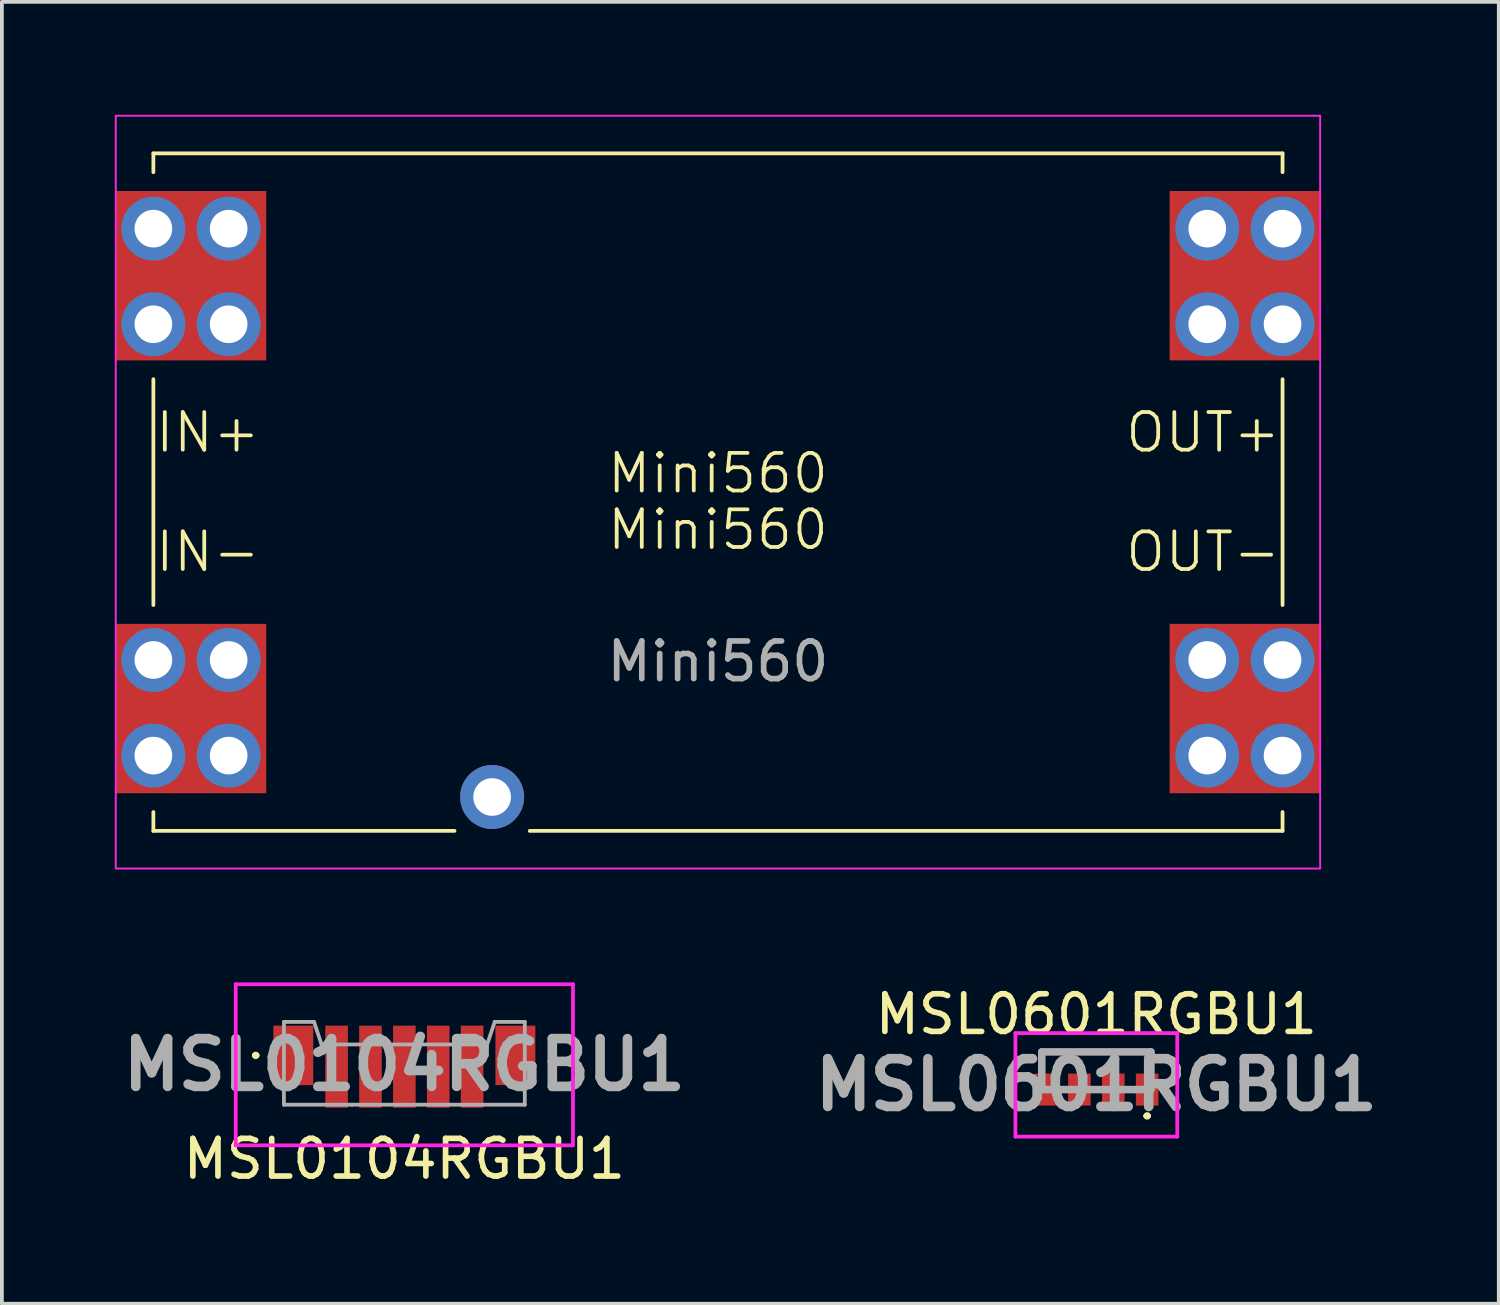
<source format=kicad_pcb>
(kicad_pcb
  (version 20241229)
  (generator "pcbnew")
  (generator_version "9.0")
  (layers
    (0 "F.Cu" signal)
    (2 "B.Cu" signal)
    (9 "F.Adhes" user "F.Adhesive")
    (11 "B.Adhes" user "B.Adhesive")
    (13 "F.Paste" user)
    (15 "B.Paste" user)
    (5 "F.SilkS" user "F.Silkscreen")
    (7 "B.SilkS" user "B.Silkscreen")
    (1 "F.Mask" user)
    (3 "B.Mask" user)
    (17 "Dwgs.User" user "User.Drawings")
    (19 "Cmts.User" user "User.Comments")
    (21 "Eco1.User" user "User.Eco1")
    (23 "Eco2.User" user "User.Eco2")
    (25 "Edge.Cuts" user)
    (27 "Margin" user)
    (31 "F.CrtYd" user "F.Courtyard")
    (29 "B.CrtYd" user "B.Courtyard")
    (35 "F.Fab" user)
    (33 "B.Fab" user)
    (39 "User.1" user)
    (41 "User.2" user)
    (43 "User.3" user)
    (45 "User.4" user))
  (footprint "Mini560"
    (layer "F.Cu")
    (at 16.025 10.025)
    (property "Reference" "Mini560" (at 0 -0.5 0) (unlocked yes) (layer "F.SilkS") (effects (font (size 1 1) (thickness 0.1))))
    (property "Value" "Mini560" (at 0 3 0) (unlocked yes) (layer "F.Fab") (hide yes) (effects (font (size 1 1) (thickness 0.15))))
    (attr through_hole)
    (fp_line (start -15 -9) (end 15 -9) (stroke (width 0.1) (type default)) (layer "F.SilkS"))
    (fp_line (start -15 -8.5) (end -15 -9) (stroke (width 0.1) (type default)) (layer "F.SilkS"))
    (fp_line (start -15 3) (end -15 -3) (stroke (width 0.1) (type default)) (layer "F.SilkS"))
    (fp_line (start -15 8.5) (end -15 9) (stroke (width 0.1) (type default)) (layer "F.SilkS"))
    (fp_line (start -15 9) (end -7 9) (stroke (width 0.1) (type default)) (layer "F.SilkS"))
    (fp_line (start -5 9) (end 15 9) (stroke (width 0.1) (type default)) (layer "F.SilkS"))
    (fp_line (start 15 -8.5) (end 15 -9) (stroke (width 0.1) (type default)) (layer "F.SilkS"))
    (fp_line (start 15 -3) (end 15 3) (stroke (width 0.1) (type default)) (layer "F.SilkS"))
    (fp_line (start 15 8.5) (end 15 9) (stroke (width 0.1) (type default)) (layer "F.SilkS"))
    (fp_rect (start -16 -10) (end 16 10) (stroke (width 0.05) (type default)) (fill no) (layer "F.CrtYd"))
    (fp_text user "IN+" (at -15 -1 0) (unlocked yes) (layer "F.SilkS") (effects (font (size 1 1) (thickness 0.1)) (justify left bottom)))
    (fp_text user "OUT+" (at 15 -1 0) (unlocked yes) (layer "F.SilkS") (effects (font (size 1 1) (thickness 0.1)) (justify right bottom)))
    (fp_text user "OUT-" (at 15 1 0) (unlocked yes) (layer "F.SilkS") (effects (font (size 1 1) (thickness 0.1)) (justify right top)))
    (fp_text user "IN-" (at -15 1 0) (unlocked yes) (layer "F.SilkS") (effects (font (size 1 1) (thickness 0.1)) (justify left top)))
    (fp_text user "${VALUE}" (at 0 1 0) (unlocked yes) (layer "F.SilkS") (effects (font (size 1 1) (thickness 0.1))))
    (fp_text user "${REFERENCE}" (at 0 4.5 0) (unlocked yes) (layer "F.Fab") (effects (font (size 1 1) (thickness 0.15))))
    (pad "1" thru_hole circle (at -15 -7 90) (size 1.7 1.7) (drill 1) (layers "*.Cu" "*.Mask"))
    (pad "1" thru_hole circle (at -15 -4.46 90) (size 1.7 1.7) (drill 1) (layers "*.Cu" "*.Mask"))
    (pad "1" smd rect (at -14 -5.75) (size 4 4.5) (layers "F.Cu" "F.Mask" "F.Paste"))
    (pad "1" thru_hole circle (at -13 -7 90) (size 1.7 1.7) (drill 1) (layers "*.Cu" "*.Mask"))
    (pad "1" thru_hole circle (at -13 -4.46 90) (size 1.7 1.7) (drill 1) (layers "*.Cu" "*.Mask"))
    (pad "2" thru_hole circle (at -15 4.46 90) (size 1.7 1.7) (drill 1) (layers "*.Cu" "*.Mask"))
    (pad "2" thru_hole circle (at -15 7 90) (size 1.7 1.7) (drill 1) (layers "*.Cu" "*.Mask"))
    (pad "2" smd rect (at -14 5.75) (size 4 4.5) (layers "F.Cu" "F.Mask" "F.Paste"))
    (pad "2" thru_hole circle (at -13 4.46 90) (size 1.7 1.7) (drill 1) (layers "*.Cu" "*.Mask"))
    (pad "2" thru_hole circle (at -13 7 90) (size 1.7 1.7) (drill 1) (layers "*.Cu" "*.Mask"))
    (pad "2" thru_hole circle (at 13 4.46 90) (size 1.7 1.7) (drill 1) (layers "*.Cu" "*.Mask"))
    (pad "2" thru_hole circle (at 13 7 90) (size 1.7 1.7) (drill 1) (layers "*.Cu" "*.Mask"))
    (pad "2" smd rect (at 14 5.75) (size 4 4.5) (layers "F.Cu" "F.Mask" "F.Paste"))
    (pad "2" thru_hole circle (at 15 4.46 90) (size 1.7 1.7) (drill 1) (layers "*.Cu" "*.Mask"))
    (pad "2" thru_hole circle (at 15 7 90) (size 1.7 1.7) (drill 1) (layers "*.Cu" "*.Mask"))
    (pad "3" thru_hole circle (at 13 -7 90) (size 1.7 1.7) (drill 1) (layers "*.Cu" "*.Mask"))
    (pad "3" thru_hole circle (at 13 -4.46 90) (size 1.7 1.7) (drill 1) (layers "*.Cu" "*.Mask"))
    (pad "3" smd rect (at 14 -5.75) (size 4 4.5) (layers "F.Cu" "F.Mask" "F.Paste"))
    (pad "3" thru_hole circle (at 15 -7 90) (size 1.7 1.7) (drill 1) (layers "*.Cu" "*.Mask"))
    (pad "3" thru_hole circle (at 15 -4.46 90) (size 1.7 1.7) (drill 1) (layers "*.Cu" "*.Mask"))
    (pad "4" thru_hole circle (at -6 8.1) (size 1.7 1.7) (drill 1) (layers "*.Cu" "*.Mask")))
  (footprint "MSL0601RGBU1"
    (layer "F.Cu")
    (at 26.078 25.898)
    (property "Reference" "MSL0601RGBU1" (at 0 -2 0) (layer "F.SilkS") (effects (font (size 1 1) (thickness 0.15))))
    (attr smd)
    (fp_line (start -1.45 -1) (end -1.45 -0.7) (stroke (width 0.1) (type solid)) (layer "F.SilkS"))
    (fp_line (start 1.3 0.7) (end 1.3 0.7) (stroke (width 0.1) (type solid)) (layer "F.SilkS"))
    (fp_line (start 1.4 0.7) (end 1.4 0.7) (stroke (width 0.1) (type solid)) (layer "F.SilkS"))
    (fp_line (start 1.45 -1) (end -1.45 -1) (stroke (width 0.1) (type solid)) (layer "F.SilkS"))
    (fp_line (start 1.45 -0.7) (end 1.45 -1) (stroke (width 0.1) (type solid)) (layer "F.SilkS"))
    (fp_arc (start 1.3 0.7) (mid 1.35 0.65) (end 1.4 0.7) (stroke (width 0.1) (type solid)) (layer "F.SilkS"))
    (fp_arc (start 1.4 0.7) (mid 1.35 0.75) (end 1.3 0.7) (stroke (width 0.1) (type solid)) (layer "F.SilkS"))
    (fp_line (start -2.15 -1.5) (end 2.15 -1.5) (stroke (width 0.1) (type solid)) (layer "F.CrtYd"))
    (fp_line (start -2.15 1.25) (end -2.15 -1.5) (stroke (width 0.1) (type solid)) (layer "F.CrtYd"))
    (fp_line (start 2.15 -1.5) (end 2.15 1.25) (stroke (width 0.1) (type solid)) (layer "F.CrtYd"))
    (fp_line (start 2.15 1.25) (end -2.15 1.25) (stroke (width 0.1) (type solid)) (layer "F.CrtYd"))
    (fp_line (start -1.45 -1) (end 1.45 -1) (stroke (width 0.2) (type solid)) (layer "F.Fab"))
    (fp_line (start -1.45 0) (end -1.45 -1) (stroke (width 0.2) (type solid)) (layer "F.Fab"))
    (fp_line (start 1.45 -1) (end 1.45 0) (stroke (width 0.2) (type solid)) (layer "F.Fab"))
    (fp_line (start 1.45 0) (end -1.45 0) (stroke (width 0.2) (type solid)) (layer "F.Fab"))
    (fp_text user "${REFERENCE}" (at 0 -0.125 0) (layer "F.Fab") (effects (font (size 1.27 1.27) (thickness 0.254))))
    (pad "1" smd rect (at -1.35 0) (size 0.6 0.85) (layers "F.Cu" "F.Mask" "F.Paste"))
    (pad "2" smd rect (at -0.45 0) (size 0.6 0.85) (layers "F.Cu" "F.Mask" "F.Paste"))
    (pad "3" smd rect (at 0.45 0) (size 0.6 0.85) (layers "F.Cu" "F.Mask" "F.Paste"))
    (pad "4" smd rect (at 1.35 0) (size 0.6 0.85) (layers "F.Cu" "F.Mask" "F.Paste")))
  (footprint "MSL0104RGBU1"
    (layer "F.Cu")
    (at 7.693 25.24)
    (property "Reference" "MSL0104RGBU1" (at 0 2.5 0) (layer "F.SilkS") (effects (font (size 1 1) (thickness 0.15))))
    (attr smd)
    (fp_line (start -4 -0.25) (end -4 -0.25) (stroke (width 0.1) (type solid)) (layer "F.SilkS"))
    (fp_line (start -3.9 -0.25) (end -3.9 -0.25) (stroke (width 0.1) (type solid)) (layer "F.SilkS"))
    (fp_arc (start -4 -0.25) (mid -3.95 -0.3) (end -3.9 -0.25) (stroke (width 0.1) (type solid)) (layer "F.SilkS"))
    (fp_arc (start -3.9 -0.25) (mid -3.95 -0.2) (end -4 -0.25) (stroke (width 0.1) (type solid)) (layer "F.SilkS"))
    (fp_line (start -4.48 -2.14) (end 4.48 -2.14) (stroke (width 0.1) (type solid)) (layer "F.CrtYd"))
    (fp_line (start -4.48 2.14) (end -4.48 -2.14) (stroke (width 0.1) (type solid)) (layer "F.CrtYd"))
    (fp_line (start 4.48 -2.14) (end 4.48 2.14) (stroke (width 0.1) (type solid)) (layer "F.CrtYd"))
    (fp_line (start 4.48 2.14) (end -4.48 2.14) (stroke (width 0.1) (type solid)) (layer "F.CrtYd"))
    (fp_line (start -3.2 -1.14) (end -2.4 -1.14) (stroke (width 0.1) (type solid)) (layer "F.Fab"))
    (fp_line (start -3.2 1.06) (end -3.2 -1.14) (stroke (width 0.1) (type solid)) (layer "F.Fab"))
    (fp_line (start -2.4 -1.14) (end -2.2 -0.54) (stroke (width 0.1) (type solid)) (layer "F.Fab"))
    (fp_line (start -2.2 -0.54) (end 2.2 -0.54) (stroke (width 0.1) (type solid)) (layer "F.Fab"))
    (fp_line (start -1.4 1.06) (end -3.2 1.06) (stroke (width 0.1) (type solid)) (layer "F.Fab"))
    (fp_line (start 2.2 -0.54) (end 2.4 -1.14) (stroke (width 0.1) (type solid)) (layer "F.Fab"))
    (fp_line (start 2.4 -1.14) (end 3.2 -1.14) (stroke (width 0.1) (type solid)) (layer "F.Fab"))
    (fp_line (start 3.2 -1.14) (end 3.2 1.06) (stroke (width 0.1) (type solid)) (layer "F.Fab"))
    (fp_line (start 3.2 1.06) (end -1.4 1.06) (stroke (width 0.1) (type solid)) (layer "F.Fab"))
    (fp_text user "${REFERENCE}" (at 0 0 0) (layer "F.Fab") (effects (font (size 1.27 1.27) (thickness 0.254))))
    (pad "1" smd rect (at -2.95 -0.25) (size 1.06 1.58) (layers "F.Cu" "F.Mask" "F.Paste"))
    (pad "2" smd rect (at -1.8 0.05) (size 0.6 2.18) (layers "F.Cu" "F.Mask" "F.Paste"))
    (pad "3" smd rect (at -0.9 0.05) (size 0.6 2.18) (layers "F.Cu" "F.Mask" "F.Paste"))
    (pad "4" smd rect (at 0 0.05) (size 0.6 2.18) (layers "F.Cu" "F.Mask" "F.Paste"))
    (pad "5" smd rect (at 0.9 0.05) (size 0.6 2.18) (layers "F.Cu" "F.Mask" "F.Paste"))
    (pad "6" smd rect (at 1.8 0.05) (size 0.6 2.18) (layers "F.Cu" "F.Mask" "F.Paste"))
    (pad "7" smd rect (at 2.95 -0.25) (size 1.06 1.58) (layers "F.Cu" "F.Mask" "F.Paste")))
  (gr_rect
    (start -3 -3)
    (end 36.77 31.588)
    (stroke (width 0.1) (type default))
    (fill no)
    (layer "Edge.Cuts")))
</source>
